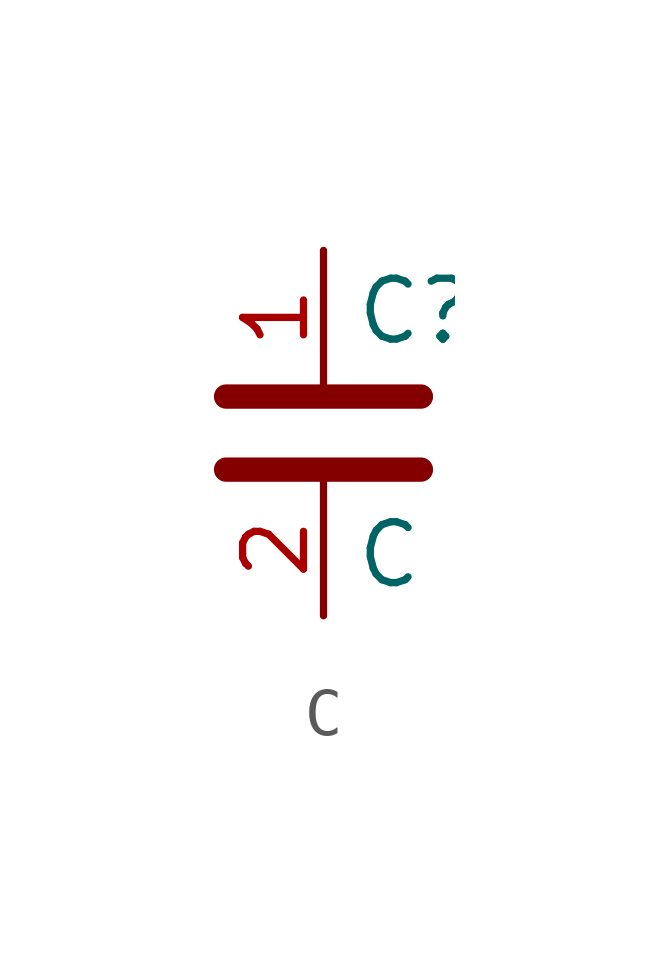
<source format=kicad_sym>
(kicad_symbol_lib
  (version 20211014)
  (generator kicad_symbol_editor)
  (symbol "C"
    (pin_names
      (offset 0.254))
    (property "Reference" "C"
      (at 0.635 2.54 0)
      (effects (font (size 1.27 1.27)) (justify left)))
    (property "Value" "C"
      (at 0.635 -2.54 0)
      (effects (font (size 1.27 1.27)) (justify left)))
    (symbol "C_0_1"
      (polyline (pts (xy -2.032 -0.762) (xy 2.032 -0.762)) (stroke (width 0.508) (type default) (color 0 0 0 0)) (fill (type none)))
      (polyline (pts (xy -2.032 0.762) (xy 2.032 0.762)) (stroke (width 0.508) (type default) (color 0 0 0 0)) (fill (type none))))
    (symbol "C_1_1"
      (pin passive line (at 0 3.81 270) (length 2.794) (name "~" (effects (font (size 1.27 1.27)))) (number "1" (effects (font (size 1.27 1.27)))))
      (pin passive line (at 0 -3.81 90) (length 2.794) (name "~" (effects (font (size 1.27 1.27)))) (number "2" (effects (font (size 1.27 1.27))))))))
</source>
